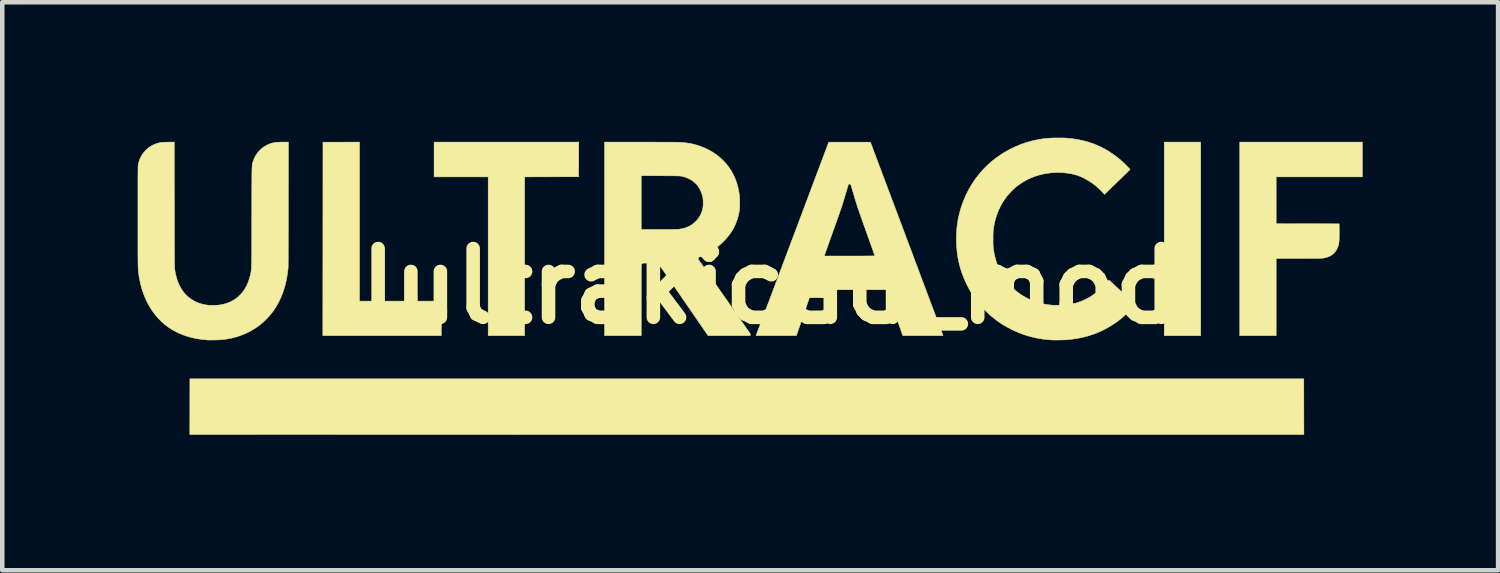
<source format=kicad_pcb>
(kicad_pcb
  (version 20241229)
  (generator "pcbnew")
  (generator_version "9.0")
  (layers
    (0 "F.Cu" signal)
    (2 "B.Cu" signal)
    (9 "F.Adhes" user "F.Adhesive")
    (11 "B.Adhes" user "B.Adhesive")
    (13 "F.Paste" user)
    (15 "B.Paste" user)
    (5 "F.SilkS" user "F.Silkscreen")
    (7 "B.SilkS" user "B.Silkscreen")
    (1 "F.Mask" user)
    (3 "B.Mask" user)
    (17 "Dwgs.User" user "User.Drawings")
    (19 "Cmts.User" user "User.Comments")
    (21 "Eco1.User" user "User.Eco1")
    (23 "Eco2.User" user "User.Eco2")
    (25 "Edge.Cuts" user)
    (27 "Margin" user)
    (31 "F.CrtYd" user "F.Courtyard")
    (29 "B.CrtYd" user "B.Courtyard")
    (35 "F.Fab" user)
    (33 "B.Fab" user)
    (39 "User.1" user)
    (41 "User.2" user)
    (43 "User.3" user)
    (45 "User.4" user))
  (footprint "Uultrakicad_mod"
    (layer "F.Cu")
    (at 13.562 3.289)
    (property "Reference" "Uultrakicad_mod" (at 0 0 0) (layer "F.SilkS") (effects (font (size 1.524 1.524) (thickness 0.3))))
    (attr through_hole)
    (fp_poly (pts (xy 9.982 1.096) (xy 9.174 1.096) (xy 9.174 -3.192) (xy 9.982 -3.192) (xy 9.982 1.096)) (stroke (width 0.01) (type solid)) (fill yes) (layer "F.SilkS"))
    (fp_poly (pts (xy -8.649 0.33) (xy -6.837 0.33) (xy -6.837 1.096) (xy -9.462 1.096) (xy -9.46 -1.047) (xy -9.459 -3.19) (xy -9.054 -3.191) (xy -8.649 -3.192) (xy -8.649 0.33)) (stroke (width 0.01) (type solid)) (fill yes) (layer "F.SilkS"))
    (fp_poly (pts (xy -3.795 -2.424) (xy -4.991 -2.421) (xy -4.991 1.096) (xy -5.8 1.096) (xy -5.8 -2.421) (xy -6.998 -2.421) (xy -6.998 -3.192) (xy -3.793 -3.192) (xy -3.795 -2.424)) (stroke (width 0.01) (type solid)) (fill yes) (layer "F.SilkS"))
    (fp_poly (pts (xy 13.564 -2.421) (xy 11.654 -2.421) (xy 11.654 -1.384) (xy 12.352 -1.383) (xy 13.049 -1.382) (xy 13.051 -1.211) (xy 13.051 -1.157) (xy 13.051 -1.111) (xy 13.05 -1.071) (xy 13.049 -1.038) (xy 13.048 -1.009) (xy 13.046 -0.984) (xy 13.043 -0.961) (xy 13.04 -0.941) (xy 13.036 -0.922) (xy 13.034 -0.914) (xy 13.016 -0.859) (xy 12.992 -0.808) (xy 12.961 -0.763) (xy 12.925 -0.723) (xy 12.884 -0.69) (xy 12.846 -0.668) (xy 12.803 -0.649) (xy 12.754 -0.634) (xy 12.703 -0.623) (xy 12.671 -0.619) (xy 12.659 -0.618) (xy 12.638 -0.617) (xy 12.609 -0.616) (xy 12.573 -0.616) (xy 12.527 -0.615) (xy 12.474 -0.615) (xy 12.412 -0.614) (xy 12.342 -0.614) (xy 12.264 -0.614) (xy 12.177 -0.614) (xy 12.141 -0.614) (xy 11.654 -0.614) (xy 11.654 1.096) (xy 10.846 1.096) (xy 10.846 -3.192) (xy 13.564 -3.192) (xy 13.564 -2.421)) (stroke (width 0.01) (type solid)) (fill yes) (layer "F.SilkS"))
    (fp_poly (pts (xy 12.267 2.668) (xy 12.268 3.285) (xy 6.11 3.285) (xy 5.881 3.285) (xy 5.655 3.285) (xy 5.431 3.285) (xy 5.209 3.285) (xy 4.989 3.285) (xy 4.773 3.285) (xy 4.558 3.285) (xy 4.347 3.285) (xy 4.139 3.285) (xy 3.934 3.285) (xy 3.733 3.285) (xy 3.535 3.285) (xy 3.34 3.285) (xy 3.149 3.285) (xy 2.963 3.285) (xy 2.78 3.285) (xy 2.602 3.285) (xy 2.428 3.285) (xy 2.259 3.285) (xy 2.094 3.285) (xy 1.934 3.285) (xy 1.779 3.285) (xy 1.629 3.286) (xy 1.485 3.286) (xy 1.346 3.286) (xy 1.213 3.286) (xy 1.085 3.286) (xy 0.963 3.286) (xy 0.847 3.286) (xy 0.738 3.286) (xy 0.635 3.286) (xy 0.538 3.286) (xy 0.448 3.286) (xy 0.364 3.286) (xy 0.288 3.286) (xy 0.219 3.286) (xy 0.157 3.286) (xy 0.102 3.286) (xy 0.055 3.286) (xy 0.015 3.286) (xy -0.016 3.286) (xy -0.04 3.286) (xy -0.056 3.286) (xy -0.063 3.286) (xy -0.064 3.286) (xy -0.068 3.286) (xy -0.081 3.286) (xy -0.103 3.286) (xy -0.132 3.287) (xy -0.169 3.287) (xy -0.214 3.287) (xy -0.266 3.287) (xy -0.326 3.287) (xy -0.393 3.287) (xy -0.468 3.287) (xy -0.549 3.287) (xy -0.637 3.287) (xy -0.732 3.287) (xy -0.833 3.287) (xy -0.94 3.287) (xy -1.054 3.287) (xy -1.174 3.287) (xy -1.3 3.287) (xy -1.432 3.287) (xy -1.569 3.287) (xy -1.712 3.287) (xy -1.86 3.287) (xy -2.013 3.287) (xy -2.172 3.287) (xy -2.335 3.287) (xy -2.503 3.287) (xy -2.676 3.287) (xy -2.853 3.287) (xy -3.034 3.287) (xy -3.22 3.287) (xy -3.409 3.287) (xy -3.602 3.287) (xy -3.799 3.287) (xy -4 3.287) (xy -4.204 3.287) (xy -4.411 3.287) (xy -4.621 3.287) (xy -4.835 3.287) (xy -5.051 3.287) (xy -5.27 3.286) (xy -5.491 3.286) (xy -5.714 3.286) (xy -5.94 3.286) (xy -6.168 3.286) (xy -6.243 3.286) (xy -12.408 3.285) (xy -12.407 2.668) (xy -12.406 2.051) (xy 12.266 2.051) (xy 12.267 2.668)) (stroke (width 0.01) (type solid)) (fill yes) (layer "F.SilkS"))
    (fp_poly (pts (xy -2.414 -3.192) (xy -2.315 -3.192) (xy -2.22 -3.192) (xy -2.13 -3.192) (xy -2.045 -3.191) (xy -1.966 -3.191) (xy -1.893 -3.191) (xy -1.826 -3.191) (xy -1.765 -3.19) (xy -1.711 -3.19) (xy -1.663 -3.19) (xy -1.623 -3.189) (xy -1.591 -3.189) (xy -1.566 -3.188) (xy -1.549 -3.188) (xy -1.543 -3.188) (xy -1.439 -3.178) (xy -1.34 -3.164) (xy -1.246 -3.144) (xy -1.156 -3.119) (xy -1.067 -3.087) (xy -0.98 -3.05) (xy -0.926 -3.024) (xy -0.839 -2.976) (xy -0.758 -2.923) (xy -0.682 -2.864) (xy -0.609 -2.798) (xy -0.599 -2.788) (xy -0.529 -2.713) (xy -0.467 -2.633) (xy -0.412 -2.549) (xy -0.363 -2.46) (xy -0.322 -2.366) (xy -0.288 -2.268) (xy -0.261 -2.165) (xy -0.241 -2.058) (xy -0.234 -2.011) (xy -0.231 -1.977) (xy -0.229 -1.939) (xy -0.227 -1.896) (xy -0.227 -1.852) (xy -0.227 -1.808) (xy -0.228 -1.767) (xy -0.23 -1.729) (xy -0.233 -1.696) (xy -0.234 -1.683) (xy -0.253 -1.582) (xy -0.28 -1.485) (xy -0.314 -1.392) (xy -0.355 -1.302) (xy -0.404 -1.216) (xy -0.42 -1.192) (xy -0.469 -1.125) (xy -0.525 -1.057) (xy -0.586 -0.992) (xy -0.652 -0.929) (xy -0.722 -0.871) (xy -0.793 -0.818) (xy -0.804 -0.81) (xy -0.861 -0.774) (xy -0.921 -0.739) (xy -0.983 -0.707) (xy -1.043 -0.678) (xy -1.096 -0.656) (xy -1.142 -0.638) (xy -1.144 -0.618) (xy -1.145 -0.604) (xy -1.141 -0.592) (xy -1.137 -0.584) (xy -1.134 -0.579) (xy -1.126 -0.568) (xy -1.113 -0.55) (xy -1.097 -0.526) (xy -1.076 -0.497) (xy -1.052 -0.462) (xy -1.024 -0.422) (xy -0.993 -0.378) (xy -0.959 -0.329) (xy -0.922 -0.275) (xy -0.882 -0.218) (xy -0.84 -0.158) (xy -0.795 -0.094) (xy -0.749 -0.027) (xy -0.7 0.042) (xy -0.65 0.114) (xy -0.599 0.187) (xy -0.561 0.241) (xy 0.004 1.051) (xy 0.004 1.096) (xy -0.929 1.096) (xy -1.441 0.351) (xy -1.491 0.279) (xy -1.539 0.209) (xy -1.586 0.14) (xy -1.631 0.075) (xy -1.674 0.012) (xy -1.716 -0.048) (xy -1.755 -0.105) (xy -1.791 -0.157) (xy -1.825 -0.206) (xy -1.855 -0.251) (xy -1.883 -0.29) (xy -1.907 -0.325) (xy -1.927 -0.354) (xy -1.944 -0.378) (xy -1.956 -0.396) (xy -1.964 -0.407) (xy -1.967 -0.411) (xy -1.996 -0.44) (xy -2.03 -0.466) (xy -2.068 -0.487) (xy -2.107 -0.502) (xy -2.124 -0.506) (xy -2.137 -0.508) (xy -2.155 -0.51) (xy -2.178 -0.511) (xy -2.208 -0.512) (xy -2.245 -0.512) (xy -2.262 -0.512) (xy -2.298 -0.512) (xy -2.326 -0.512) (xy -2.348 -0.511) (xy -2.365 -0.51) (xy -2.377 -0.508) (xy -2.386 -0.504) (xy -2.393 -0.5) (xy -2.398 -0.495) (xy -2.402 -0.489) (xy -2.403 -0.488) (xy -2.403 -0.485) (xy -2.404 -0.48) (xy -2.405 -0.474) (xy -2.405 -0.466) (xy -2.406 -0.456) (xy -2.406 -0.442) (xy -2.407 -0.426) (xy -2.407 -0.405) (xy -2.407 -0.381) (xy -2.408 -0.353) (xy -2.408 -0.32) (xy -2.408 -0.281) (xy -2.408 -0.238) (xy -2.408 -0.189) (xy -2.409 -0.133) (xy -2.409 -0.072) (xy -2.409 -0.003) (xy -2.409 0.073) (xy -2.409 0.156) (xy -2.409 0.247) (xy -2.409 0.309) (xy -2.409 1.096) (xy -3.222 1.096) (xy -3.222 -1.257) (xy -2.409 -1.257) (xy -2.012 -1.257) (xy -1.945 -1.257) (xy -1.882 -1.258) (xy -1.824 -1.258) (xy -1.77 -1.258) (xy -1.722 -1.258) (xy -1.68 -1.259) (xy -1.644 -1.259) (xy -1.615 -1.26) (xy -1.594 -1.261) (xy -1.58 -1.261) (xy -1.577 -1.262) (xy -1.504 -1.273) (xy -1.436 -1.291) (xy -1.373 -1.316) (xy -1.313 -1.347) (xy -1.257 -1.386) (xy -1.231 -1.407) (xy -1.182 -1.454) (xy -1.14 -1.507) (xy -1.105 -1.564) (xy -1.076 -1.625) (xy -1.055 -1.69) (xy -1.043 -1.746) (xy -1.04 -1.773) (xy -1.038 -1.806) (xy -1.038 -1.842) (xy -1.038 -1.878) (xy -1.04 -1.914) (xy -1.043 -1.945) (xy -1.047 -1.971) (xy -1.048 -1.977) (xy -1.068 -2.049) (xy -1.094 -2.115) (xy -1.127 -2.176) (xy -1.165 -2.232) (xy -1.21 -2.281) (xy -1.261 -2.324) (xy -1.318 -2.362) (xy -1.38 -2.393) (xy -1.448 -2.418) (xy -1.522 -2.437) (xy -1.524 -2.437) (xy -1.531 -2.438) (xy -1.538 -2.439) (xy -1.548 -2.44) (xy -1.559 -2.441) (xy -1.573 -2.442) (xy -1.59 -2.442) (xy -1.611 -2.443) (xy -1.636 -2.443) (xy -1.666 -2.444) (xy -1.7 -2.444) (xy -1.741 -2.444) (xy -1.788 -2.445) (xy -1.842 -2.445) (xy -1.903 -2.445) (xy -1.972 -2.446) (xy -1.984 -2.446) (xy -2.409 -2.447) (xy -2.409 -1.257) (xy -3.222 -1.257) (xy -3.222 -3.192) (xy -2.414 -3.192)) (stroke (width 0.01) (type solid)) (fill yes) (layer "F.SilkS"))
    (fp_poly (pts (xy 2.492 -3.191) (xy 2.529 -3.191) (xy 2.561 -3.191) (xy 2.587 -3.191) (xy 2.609 -3.191) (xy 2.626 -3.19) (xy 2.64 -3.19) (xy 2.65 -3.189) (xy 2.658 -3.189) (xy 2.663 -3.188) (xy 2.666 -3.187) (xy 2.668 -3.186) (xy 2.669 -3.185) (xy 2.669 -3.185) (xy 2.671 -3.178) (xy 2.677 -3.164) (xy 2.685 -3.142) (xy 2.696 -3.114) (xy 2.709 -3.079) (xy 2.724 -3.037) (xy 2.742 -2.99) (xy 2.763 -2.936) (xy 2.785 -2.877) (xy 2.809 -2.812) (xy 2.835 -2.743) (xy 2.863 -2.668) (xy 2.893 -2.59) (xy 2.924 -2.507) (xy 2.957 -2.42) (xy 2.991 -2.329) (xy 3.026 -2.235) (xy 3.062 -2.138) (xy 3.1 -2.038) (xy 3.138 -1.935) (xy 3.178 -1.831) (xy 3.218 -1.724) (xy 3.259 -1.616) (xy 3.3 -1.506) (xy 3.342 -1.395) (xy 3.384 -1.283) (xy 3.426 -1.171) (xy 3.468 -1.058) (xy 3.51 -0.945) (xy 3.553 -0.833) (xy 3.595 -0.721) (xy 3.636 -0.609) (xy 3.678 -0.499) (xy 3.719 -0.391) (xy 3.759 -0.283) (xy 3.798 -0.178) (xy 3.837 -0.075) (xy 3.875 0.025) (xy 3.911 0.123) (xy 3.947 0.218) (xy 3.981 0.309) (xy 4.014 0.397) (xy 4.046 0.481) (xy 4.076 0.561) (xy 4.104 0.636) (xy 4.13 0.707) (xy 4.155 0.772) (xy 4.178 0.833) (xy 4.198 0.887) (xy 4.217 0.936) (xy 4.233 0.979) (xy 4.246 1.016) (xy 4.258 1.046) (xy 4.266 1.069) (xy 4.272 1.085) (xy 4.275 1.093) (xy 4.276 1.094) (xy 4.272 1.094) (xy 4.259 1.095) (xy 4.24 1.095) (xy 4.214 1.095) (xy 4.181 1.096) (xy 4.143 1.096) (xy 4.1 1.096) (xy 4.052 1.096) (xy 4 1.096) (xy 3.944 1.096) (xy 3.886 1.096) (xy 3.83 1.096) (xy 3.383 1.096) (xy 3.36 1.028) (xy 3.355 1.014) (xy 3.348 0.994) (xy 3.338 0.966) (xy 3.327 0.932) (xy 3.313 0.893) (xy 3.298 0.849) (xy 3.281 0.801) (xy 3.263 0.749) (xy 3.244 0.694) (xy 3.224 0.636) (xy 3.204 0.577) (xy 3.184 0.519) (xy 3.032 0.078) (xy 1.378 0.078) (xy 1.202 0.587) (xy 1.027 1.096) (xy 0.132 1.096) (xy 0.293 0.67) (xy 0.305 0.636) (xy 0.321 0.595) (xy 0.339 0.546) (xy 0.36 0.49) (xy 0.383 0.428) (xy 0.409 0.36) (xy 0.437 0.286) (xy 0.467 0.206) (xy 0.499 0.122) (xy 0.532 0.032) (xy 0.568 -0.062) (xy 0.605 -0.16) (xy 0.643 -0.262) (xy 0.682 -0.367) (xy 0.723 -0.476) (xy 0.765 -0.587) (xy 0.796 -0.669) (xy 1.646 -0.669) (xy 2.205 -0.669) (xy 2.273 -0.669) (xy 2.339 -0.669) (xy 2.402 -0.669) (xy 2.461 -0.669) (xy 2.517 -0.669) (xy 2.568 -0.67) (xy 2.614 -0.67) (xy 2.656 -0.67) (xy 2.691 -0.671) (xy 2.72 -0.671) (xy 2.742 -0.671) (xy 2.757 -0.672) (xy 2.764 -0.672) (xy 2.764 -0.672) (xy 2.763 -0.677) (xy 2.759 -0.689) (xy 2.752 -0.707) (xy 2.743 -0.733) (xy 2.732 -0.765) (xy 2.719 -0.802) (xy 2.704 -0.844) (xy 2.687 -0.891) (xy 2.669 -0.943) (xy 2.649 -0.998) (xy 2.628 -1.057) (xy 2.606 -1.118) (xy 2.584 -1.182) (xy 2.572 -1.213) (xy 2.545 -1.29) (xy 2.52 -1.36) (xy 2.498 -1.422) (xy 2.478 -1.479) (xy 2.46 -1.53) (xy 2.443 -1.576) (xy 2.429 -1.618) (xy 2.416 -1.655) (xy 2.404 -1.69) (xy 2.393 -1.722) (xy 2.383 -1.752) (xy 2.373 -1.781) (xy 2.365 -1.809) (xy 2.356 -1.836) (xy 2.347 -1.864) (xy 2.338 -1.893) (xy 2.329 -1.924) (xy 2.319 -1.956) (xy 2.309 -1.992) (xy 2.305 -2.005) (xy 2.229 -2.26) (xy 2.182 -2.261) (xy 2.106 -2.008) (xy 2.095 -1.971) (xy 2.085 -1.937) (xy 2.076 -1.906) (xy 2.067 -1.876) (xy 2.058 -1.848) (xy 2.049 -1.82) (xy 2.04 -1.792) (xy 2.031 -1.763) (xy 2.021 -1.733) (xy 2.01 -1.701) (xy 1.998 -1.667) (xy 1.985 -1.629) (xy 1.971 -1.588) (xy 1.955 -1.542) (xy 1.937 -1.492) (xy 1.917 -1.436) (xy 1.895 -1.374) (xy 1.87 -1.305) (xy 1.843 -1.229) (xy 1.84 -1.221) (xy 1.817 -1.157) (xy 1.795 -1.094) (xy 1.773 -1.034) (xy 1.753 -0.977) (xy 1.734 -0.924) (xy 1.717 -0.874) (xy 1.701 -0.829) (xy 1.686 -0.789) (xy 1.674 -0.754) (xy 1.664 -0.726) (xy 1.656 -0.703) (xy 1.651 -0.688) (xy 1.648 -0.68) (xy 1.648 -0.678) (xy 1.646 -0.669) (xy 0.796 -0.669) (xy 0.808 -0.701) (xy 0.851 -0.816) (xy 0.895 -0.933) (xy 0.94 -1.052) (xy 0.985 -1.172) (xy 1.03 -1.292) (xy 1.075 -1.412) (xy 1.098 -1.473) (xy 1.743 -3.19) (xy 2.204 -3.191) (xy 2.277 -3.191) (xy 2.342 -3.191) (xy 2.399 -3.191) (xy 2.449 -3.191) (xy 2.492 -3.191)) (stroke (width 0.01) (type solid)) (fill yes) (layer "F.SilkS"))
    (fp_poly (pts (xy 6.899 -3.284) (xy 6.94 -3.283) (xy 6.975 -3.282) (xy 6.993 -3.281) (xy 7.127 -3.269) (xy 7.257 -3.249) (xy 7.381 -3.223) (xy 7.502 -3.19) (xy 7.618 -3.15) (xy 7.731 -3.103) (xy 7.841 -3.049) (xy 7.948 -2.986) (xy 8.052 -2.916) (xy 8.155 -2.839) (xy 8.211 -2.792) (xy 8.227 -2.778) (xy 8.246 -2.76) (xy 8.267 -2.741) (xy 8.29 -2.719) (xy 8.313 -2.697) (xy 8.335 -2.675) (xy 8.357 -2.653) (xy 8.376 -2.633) (xy 8.393 -2.616) (xy 8.406 -2.602) (xy 8.415 -2.592) (xy 8.419 -2.586) (xy 8.419 -2.586) (xy 8.416 -2.582) (xy 8.407 -2.573) (xy 8.393 -2.56) (xy 8.374 -2.541) (xy 8.351 -2.518) (xy 8.324 -2.492) (xy 8.293 -2.462) (xy 8.259 -2.429) (xy 8.223 -2.393) (xy 8.184 -2.355) (xy 8.143 -2.316) (xy 8.135 -2.308) (xy 7.851 -2.034) (xy 7.812 -2.077) (xy 7.75 -2.14) (xy 7.683 -2.201) (xy 7.612 -2.258) (xy 7.538 -2.31) (xy 7.462 -2.357) (xy 7.386 -2.398) (xy 7.311 -2.432) (xy 7.279 -2.445) (xy 7.203 -2.469) (xy 7.121 -2.489) (xy 7.034 -2.503) (xy 6.944 -2.513) (xy 6.852 -2.517) (xy 6.759 -2.517) (xy 6.666 -2.511) (xy 6.575 -2.499) (xy 6.526 -2.491) (xy 6.418 -2.466) (xy 6.313 -2.434) (xy 6.212 -2.394) (xy 6.115 -2.347) (xy 6.022 -2.292) (xy 5.933 -2.231) (xy 5.906 -2.21) (xy 5.873 -2.183) (xy 5.838 -2.151) (xy 5.801 -2.115) (xy 5.765 -2.077) (xy 5.73 -2.039) (xy 5.699 -2.003) (xy 5.675 -1.972) (xy 5.611 -1.881) (xy 5.556 -1.787) (xy 5.508 -1.689) (xy 5.468 -1.588) (xy 5.435 -1.482) (xy 5.409 -1.373) (xy 5.391 -1.259) (xy 5.39 -1.253) (xy 5.388 -1.233) (xy 5.386 -1.212) (xy 5.385 -1.189) (xy 5.384 -1.163) (xy 5.383 -1.132) (xy 5.383 -1.096) (xy 5.383 -1.053) (xy 5.383 -1.044) (xy 5.383 -1.002) (xy 5.383 -0.967) (xy 5.384 -0.939) (xy 5.384 -0.915) (xy 5.385 -0.894) (xy 5.387 -0.874) (xy 5.389 -0.856) (xy 5.391 -0.836) (xy 5.392 -0.826) (xy 5.406 -0.738) (xy 5.423 -0.657) (xy 5.443 -0.581) (xy 5.467 -0.507) (xy 5.474 -0.488) (xy 5.516 -0.386) (xy 5.565 -0.289) (xy 5.621 -0.198) (xy 5.683 -0.111) (xy 5.751 -0.03) (xy 5.824 0.046) (xy 5.904 0.115) (xy 5.989 0.178) (xy 6.005 0.189) (xy 6.095 0.243) (xy 6.189 0.291) (xy 6.288 0.331) (xy 6.39 0.365) (xy 6.495 0.391) (xy 6.603 0.41) (xy 6.683 0.419) (xy 6.712 0.421) (xy 6.747 0.422) (xy 6.786 0.423) (xy 6.827 0.423) (xy 6.87 0.422) (xy 6.912 0.421) (xy 6.951 0.419) (xy 6.986 0.417) (xy 7.015 0.414) (xy 7.025 0.413) (xy 7.127 0.396) (xy 7.224 0.372) (xy 7.317 0.341) (xy 7.406 0.304) (xy 7.494 0.259) (xy 7.579 0.207) (xy 7.663 0.147) (xy 7.726 0.097) (xy 7.753 0.073) (xy 7.783 0.045) (xy 7.815 0.014) (xy 7.848 -0.019) (xy 7.879 -0.052) (xy 7.906 -0.082) (xy 7.92 -0.099) (xy 7.933 -0.113) (xy 7.944 -0.125) (xy 7.951 -0.132) (xy 7.955 -0.134) (xy 7.958 -0.131) (xy 7.967 -0.123) (xy 7.981 -0.11) (xy 8 -0.092) (xy 8.023 -0.071) (xy 8.049 -0.046) (xy 8.078 -0.019) (xy 8.11 0.011) (xy 8.144 0.043) (xy 8.179 0.076) (xy 8.215 0.11) (xy 8.251 0.145) (xy 8.287 0.179) (xy 8.323 0.212) (xy 8.357 0.245) (xy 8.389 0.276) (xy 8.419 0.304) (xy 8.447 0.33) (xy 8.471 0.353) (xy 8.491 0.373) (xy 8.507 0.388) (xy 8.518 0.398) (xy 8.523 0.404) (xy 8.524 0.404) (xy 8.523 0.41) (xy 8.516 0.422) (xy 8.503 0.439) (xy 8.484 0.461) (xy 8.459 0.488) (xy 8.428 0.521) (xy 8.392 0.558) (xy 8.384 0.566) (xy 8.327 0.621) (xy 8.273 0.671) (xy 8.22 0.717) (xy 8.167 0.759) (xy 8.111 0.8) (xy 8.052 0.84) (xy 7.942 0.908) (xy 7.83 0.969) (xy 7.714 1.022) (xy 7.595 1.068) (xy 7.473 1.106) (xy 7.346 1.138) (xy 7.215 1.163) (xy 7.079 1.181) (xy 7.034 1.185) (xy 7.018 1.187) (xy 6.995 1.188) (xy 6.966 1.189) (xy 6.934 1.19) (xy 6.899 1.19) (xy 6.863 1.191) (xy 6.827 1.192) (xy 6.792 1.192) (xy 6.76 1.192) (xy 6.732 1.192) (xy 6.709 1.192) (xy 6.693 1.191) (xy 6.691 1.191) (xy 6.634 1.187) (xy 6.584 1.183) (xy 6.54 1.178) (xy 6.499 1.174) (xy 6.461 1.168) (xy 6.424 1.163) (xy 6.385 1.156) (xy 6.345 1.148) (xy 6.342 1.147) (xy 6.212 1.117) (xy 6.087 1.08) (xy 5.964 1.035) (xy 5.843 0.983) (xy 5.723 0.922) (xy 5.632 0.871) (xy 5.55 0.82) (xy 5.473 0.766) (xy 5.4 0.71) (xy 5.328 0.65) (xy 5.256 0.584) (xy 5.2 0.529) (xy 5.125 0.449) (xy 5.057 0.368) (xy 4.994 0.286) (xy 4.935 0.2) (xy 4.879 0.109) (xy 4.826 0.011) (xy 4.803 -0.034) (xy 4.749 -0.151) (xy 4.702 -0.267) (xy 4.663 -0.384) (xy 4.631 -0.503) (xy 4.606 -0.624) (xy 4.587 -0.749) (xy 4.585 -0.77) (xy 4.573 -0.911) (xy 4.569 -1.051) (xy 4.573 -1.19) (xy 4.585 -1.327) (xy 4.605 -1.463) (xy 4.634 -1.597) (xy 4.67 -1.727) (xy 4.684 -1.772) (xy 4.732 -1.901) (xy 4.786 -2.027) (xy 4.848 -2.148) (xy 4.916 -2.264) (xy 4.991 -2.375) (xy 5.073 -2.481) (xy 5.16 -2.581) (xy 5.254 -2.676) (xy 5.353 -2.765) (xy 5.459 -2.848) (xy 5.57 -2.925) (xy 5.635 -2.965) (xy 5.756 -3.033) (xy 5.879 -3.092) (xy 6.004 -3.144) (xy 6.132 -3.187) (xy 6.263 -3.223) (xy 6.398 -3.251) (xy 6.536 -3.272) (xy 6.564 -3.275) (xy 6.592 -3.277) (xy 6.628 -3.279) (xy 6.668 -3.281) (xy 6.713 -3.283) (xy 6.76 -3.284) (xy 6.808 -3.284) (xy 6.854 -3.284) (xy 6.899 -3.284)) (stroke (width 0.01) (type solid)) (fill yes) (layer "F.SilkS"))
    (fp_poly (pts (xy -12.75 -1.811) (xy -12.749 -1.682) (xy -12.749 -1.56) (xy -12.749 -1.447) (xy -12.749 -1.341) (xy -12.749 -1.243) (xy -12.749 -1.151) (xy -12.749 -1.067) (xy -12.749 -0.988) (xy -12.749 -0.916) (xy -12.748 -0.85) (xy -12.748 -0.789) (xy -12.748 -0.734) (xy -12.748 -0.684) (xy -12.747 -0.638) (xy -12.747 -0.597) (xy -12.747 -0.56) (xy -12.746 -0.527) (xy -12.746 -0.498) (xy -12.745 -0.472) (xy -12.744 -0.449) (xy -12.744 -0.428) (xy -12.743 -0.411) (xy -12.742 -0.395) (xy -12.741 -0.381) (xy -12.74 -0.369) (xy -12.738 -0.358) (xy -12.737 -0.348) (xy -12.736 -0.338) (xy -12.734 -0.33) (xy -12.733 -0.321) (xy -12.731 -0.312) (xy -12.729 -0.303) (xy -12.727 -0.293) (xy -12.725 -0.284) (xy -12.705 -0.195) (xy -12.678 -0.112) (xy -12.646 -0.034) (xy -12.608 0.039) (xy -12.565 0.106) (xy -12.516 0.167) (xy -12.463 0.221) (xy -12.441 0.239) (xy -12.376 0.288) (xy -12.307 0.33) (xy -12.234 0.364) (xy -12.156 0.39) (xy -12.074 0.41) (xy -12.014 0.419) (xy -11.994 0.421) (xy -11.967 0.422) (xy -11.936 0.423) (xy -11.902 0.423) (xy -11.868 0.423) (xy -11.835 0.422) (xy -11.806 0.421) (xy -11.782 0.42) (xy -11.775 0.419) (xy -11.691 0.406) (xy -11.611 0.385) (xy -11.535 0.358) (xy -11.465 0.323) (xy -11.398 0.282) (xy -11.337 0.234) (xy -11.281 0.179) (xy -11.23 0.119) (xy -11.185 0.052) (xy -11.145 -0.02) (xy -11.112 -0.099) (xy -11.084 -0.183) (xy -11.064 -0.262) (xy -11.062 -0.274) (xy -11.059 -0.285) (xy -11.057 -0.295) (xy -11.055 -0.304) (xy -11.053 -0.314) (xy -11.051 -0.324) (xy -11.05 -0.334) (xy -11.048 -0.345) (xy -11.047 -0.357) (xy -11.046 -0.371) (xy -11.045 -0.386) (xy -11.044 -0.404) (xy -11.043 -0.424) (xy -11.042 -0.447) (xy -11.041 -0.473) (xy -11.041 -0.502) (xy -11.04 -0.536) (xy -11.04 -0.573) (xy -11.039 -0.614) (xy -11.039 -0.661) (xy -11.039 -0.712) (xy -11.038 -0.769) (xy -11.038 -0.831) (xy -11.038 -0.9) (xy -11.038 -0.975) (xy -11.037 -1.056) (xy -11.037 -1.145) (xy -11.037 -1.24) (xy -11.037 -1.344) (xy -11.037 -1.455) (xy -11.036 -1.528) (xy -11.036 -1.645) (xy -11.036 -1.754) (xy -11.036 -1.855) (xy -11.036 -1.948) (xy -11.035 -2.034) (xy -11.035 -2.113) (xy -11.035 -2.186) (xy -11.035 -2.252) (xy -11.034 -2.313) (xy -11.034 -2.368) (xy -11.034 -2.417) (xy -11.033 -2.461) (xy -11.033 -2.501) (xy -11.032 -2.537) (xy -11.032 -2.568) (xy -11.031 -2.595) (xy -11.03 -2.62) (xy -11.029 -2.641) (xy -11.028 -2.659) (xy -11.027 -2.674) (xy -11.026 -2.688) (xy -11.024 -2.7) (xy -11.023 -2.71) (xy -11.021 -2.719) (xy -11.019 -2.727) (xy -11.017 -2.734) (xy -11.015 -2.741) (xy -11.013 -2.748) (xy -11.01 -2.755) (xy -11.007 -2.763) (xy -11.004 -2.772) (xy -11.004 -2.773) (xy -10.978 -2.839) (xy -10.945 -2.9) (xy -10.906 -2.957) (xy -10.86 -3.009) (xy -10.809 -3.056) (xy -10.753 -3.096) (xy -10.693 -3.13) (xy -10.628 -3.157) (xy -10.581 -3.171) (xy -10.556 -3.177) (xy -10.532 -3.182) (xy -10.506 -3.185) (xy -10.479 -3.188) (xy -10.448 -3.19) (xy -10.413 -3.191) (xy -10.371 -3.192) (xy -10.338 -3.192) (xy -10.223 -3.192) (xy -10.225 -1.819) (xy -10.225 -1.683) (xy -10.225 -1.555) (xy -10.225 -1.434) (xy -10.225 -1.322) (xy -10.226 -1.217) (xy -10.226 -1.12) (xy -10.226 -1.03) (xy -10.226 -0.947) (xy -10.226 -0.87) (xy -10.227 -0.801) (xy -10.227 -0.737) (xy -10.227 -0.68) (xy -10.227 -0.629) (xy -10.228 -0.583) (xy -10.228 -0.543) (xy -10.229 -0.508) (xy -10.229 -0.478) (xy -10.229 -0.454) (xy -10.23 -0.433) (xy -10.23 -0.418) (xy -10.231 -0.406) (xy -10.231 -0.399) (xy -10.231 -0.398) (xy -10.243 -0.298) (xy -10.257 -0.204) (xy -10.274 -0.116) (xy -10.293 -0.033) (xy -10.316 0.048) (xy -10.342 0.127) (xy -10.372 0.205) (xy -10.385 0.238) (xy -10.434 0.343) (xy -10.489 0.443) (xy -10.551 0.538) (xy -10.619 0.627) (xy -10.694 0.711) (xy -10.774 0.789) (xy -10.859 0.86) (xy -10.951 0.926) (xy -11.047 0.985) (xy -11.149 1.037) (xy -11.18 1.051) (xy -11.279 1.091) (xy -11.381 1.124) (xy -11.486 1.151) (xy -11.597 1.172) (xy -11.686 1.184) (xy -11.706 1.185) (xy -11.733 1.187) (xy -11.765 1.188) (xy -11.801 1.19) (xy -11.838 1.191) (xy -11.877 1.192) (xy -11.914 1.192) (xy -11.949 1.192) (xy -11.979 1.192) (xy -12.004 1.192) (xy -12.016 1.191) (xy -12.141 1.18) (xy -12.261 1.161) (xy -12.377 1.136) (xy -12.488 1.104) (xy -12.594 1.065) (xy -12.696 1.02) (xy -12.792 0.967) (xy -12.884 0.908) (xy -12.951 0.858) (xy -12.978 0.835) (xy -13.01 0.807) (xy -13.043 0.776) (xy -13.076 0.744) (xy -13.107 0.711) (xy -13.136 0.68) (xy -13.151 0.663) (xy -13.218 0.576) (xy -13.28 0.484) (xy -13.337 0.385) (xy -13.387 0.282) (xy -13.431 0.174) (xy -13.469 0.061) (xy -13.501 -0.055) (xy -13.525 -0.175) (xy -13.538 -0.254) (xy -13.54 -0.268) (xy -13.541 -0.282) (xy -13.543 -0.295) (xy -13.545 -0.307) (xy -13.546 -0.32) (xy -13.548 -0.333) (xy -13.549 -0.347) (xy -13.55 -0.361) (xy -13.551 -0.377) (xy -13.552 -0.395) (xy -13.553 -0.415) (xy -13.553 -0.437) (xy -13.554 -0.462) (xy -13.555 -0.49) (xy -13.555 -0.522) (xy -13.556 -0.557) (xy -13.556 -0.596) (xy -13.556 -0.639) (xy -13.557 -0.687) (xy -13.557 -0.74) (xy -13.557 -0.798) (xy -13.557 -0.863) (xy -13.557 -0.933) (xy -13.557 -1.009) (xy -13.557 -1.092) (xy -13.557 -1.182) (xy -13.557 -1.28) (xy -13.557 -1.385) (xy -13.557 -1.498) (xy -13.557 -1.549) (xy -13.557 -1.665) (xy -13.557 -1.772) (xy -13.557 -1.871) (xy -13.557 -1.963) (xy -13.557 -2.047) (xy -13.557 -2.125) (xy -13.557 -2.196) (xy -13.557 -2.26) (xy -13.557 -2.319) (xy -13.557 -2.372) (xy -13.557 -2.42) (xy -13.556 -2.462) (xy -13.556 -2.5) (xy -13.556 -2.533) (xy -13.556 -2.563) (xy -13.555 -2.588) (xy -13.555 -2.61) (xy -13.555 -2.629) (xy -13.554 -2.645) (xy -13.554 -2.658) (xy -13.553 -2.669) (xy -13.553 -2.678) (xy -13.552 -2.686) (xy -13.552 -2.692) (xy -13.551 -2.697) (xy -13.55 -2.701) (xy -13.549 -2.705) (xy -13.549 -2.705) (xy -13.53 -2.776) (xy -13.503 -2.843) (xy -13.469 -2.905) (xy -13.429 -2.962) (xy -13.383 -3.014) (xy -13.331 -3.06) (xy -13.274 -3.1) (xy -13.211 -3.133) (xy -13.144 -3.16) (xy -13.072 -3.18) (xy -13.072 -3.18) (xy -13.059 -3.182) (xy -13.047 -3.184) (xy -13.033 -3.186) (xy -13.016 -3.187) (xy -12.996 -3.188) (xy -12.971 -3.189) (xy -12.94 -3.19) (xy -12.902 -3.191) (xy -12.892 -3.191) (xy -12.751 -3.193) (xy -12.75 -1.811)) (stroke (width 0.01) (type solid)) (fill yes) (layer "F.SilkS")))
  (gr_rect
    (start -3 -3)
    (end 30.131 9.581)
    (stroke (width 0.1) (type default))
    (fill no)
    (layer "Edge.Cuts")))
</source>
